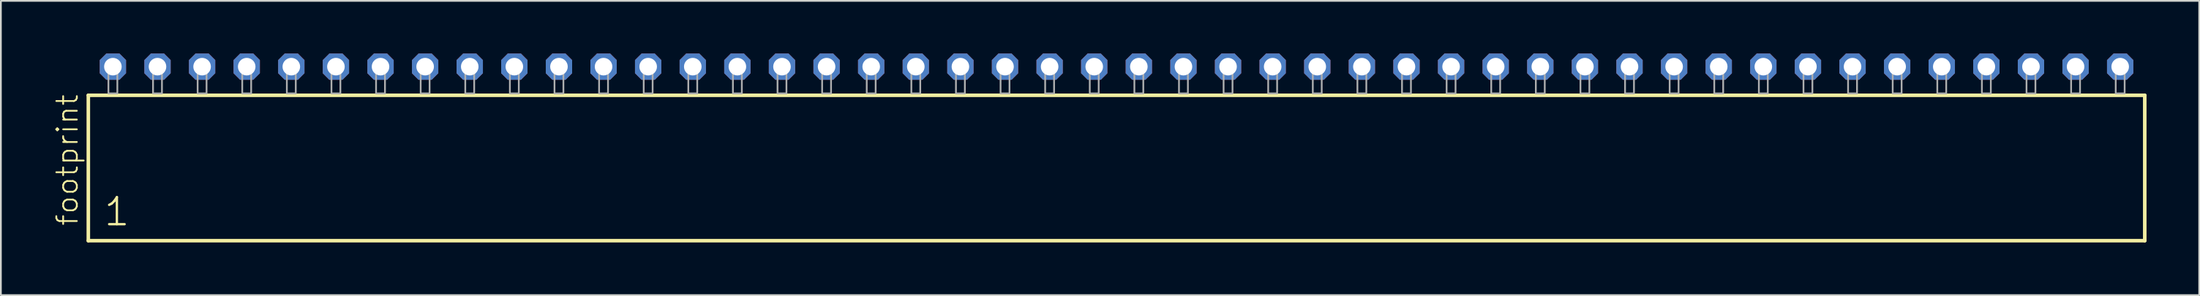
<source format=kicad_pcb>
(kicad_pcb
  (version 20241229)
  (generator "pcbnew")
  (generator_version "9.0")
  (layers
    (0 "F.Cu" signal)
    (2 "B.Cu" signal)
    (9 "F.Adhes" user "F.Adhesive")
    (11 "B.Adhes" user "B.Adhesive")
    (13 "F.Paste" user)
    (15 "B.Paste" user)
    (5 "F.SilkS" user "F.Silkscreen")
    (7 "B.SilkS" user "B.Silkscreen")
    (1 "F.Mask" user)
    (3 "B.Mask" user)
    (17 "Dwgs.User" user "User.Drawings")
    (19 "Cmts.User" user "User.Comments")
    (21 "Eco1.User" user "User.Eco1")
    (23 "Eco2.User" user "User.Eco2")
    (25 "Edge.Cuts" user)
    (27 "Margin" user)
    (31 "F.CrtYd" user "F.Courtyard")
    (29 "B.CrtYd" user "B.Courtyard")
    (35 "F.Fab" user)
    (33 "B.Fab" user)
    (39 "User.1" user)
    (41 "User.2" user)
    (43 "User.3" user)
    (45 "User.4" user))
  (footprint "footprint"
    (layer "F.Cu")
    (at 60.528 2.274)
    (property "Reference" "footprint" (at -59.055 7.62 90) (layer "F.SilkS") (effects (font (size 1.168 1.168) (thickness 0.102)) (justify left bottom)))
    (fp_line (start -58.549 0.106) (end -58.549 8.396) (stroke (width 0.203) (type solid)) (layer "F.SilkS"))
    (fp_line (start -58.549 8.396) (end 58.549 8.396) (stroke (width 0.203) (type solid)) (layer "F.SilkS"))
    (fp_line (start 58.549 0.106) (end -58.549 0.106) (stroke (width 0.203) (type solid)) (layer "F.SilkS"))
    (fp_line (start 58.549 8.396) (end 58.549 0.106) (stroke (width 0.203) (type solid)) (layer "F.SilkS"))
    (fp_poly (pts (xy -57.404 0) (xy -56.896 0) (xy -56.896 -1.778) (xy -57.404 -1.778)) (stroke (width 0.1) (type solid)) (fill no) (layer "F.Fab"))
    (fp_poly (pts (xy -54.864 0) (xy -54.356 0) (xy -54.356 -1.778) (xy -54.864 -1.778)) (stroke (width 0.1) (type solid)) (fill no) (layer "F.Fab"))
    (fp_poly (pts (xy -52.324 0) (xy -51.816 0) (xy -51.816 -1.778) (xy -52.324 -1.778)) (stroke (width 0.1) (type solid)) (fill no) (layer "F.Fab"))
    (fp_poly (pts (xy -49.784 0) (xy -49.276 0) (xy -49.276 -1.778) (xy -49.784 -1.778)) (stroke (width 0.1) (type solid)) (fill no) (layer "F.Fab"))
    (fp_poly (pts (xy -47.244 0) (xy -46.736 0) (xy -46.736 -1.778) (xy -47.244 -1.778)) (stroke (width 0.1) (type solid)) (fill no) (layer "F.Fab"))
    (fp_poly (pts (xy -44.704 0) (xy -44.196 0) (xy -44.196 -1.778) (xy -44.704 -1.778)) (stroke (width 0.1) (type solid)) (fill no) (layer "F.Fab"))
    (fp_poly (pts (xy -42.164 0) (xy -41.656 0) (xy -41.656 -1.778) (xy -42.164 -1.778)) (stroke (width 0.1) (type solid)) (fill no) (layer "F.Fab"))
    (fp_poly (pts (xy -39.624 0) (xy -39.116 0) (xy -39.116 -1.778) (xy -39.624 -1.778)) (stroke (width 0.1) (type solid)) (fill no) (layer "F.Fab"))
    (fp_poly (pts (xy -37.084 0) (xy -36.576 0) (xy -36.576 -1.778) (xy -37.084 -1.778)) (stroke (width 0.1) (type solid)) (fill no) (layer "F.Fab"))
    (fp_poly (pts (xy -34.544 0) (xy -34.036 0) (xy -34.036 -1.778) (xy -34.544 -1.778)) (stroke (width 0.1) (type solid)) (fill no) (layer "F.Fab"))
    (fp_poly (pts (xy -32.004 0) (xy -31.496 0) (xy -31.496 -1.778) (xy -32.004 -1.778)) (stroke (width 0.1) (type solid)) (fill no) (layer "F.Fab"))
    (fp_poly (pts (xy -29.464 0) (xy -28.956 0) (xy -28.956 -1.778) (xy -29.464 -1.778)) (stroke (width 0.1) (type solid)) (fill no) (layer "F.Fab"))
    (fp_poly (pts (xy -26.924 0) (xy -26.416 0) (xy -26.416 -1.778) (xy -26.924 -1.778)) (stroke (width 0.1) (type solid)) (fill no) (layer "F.Fab"))
    (fp_poly (pts (xy -24.384 0) (xy -23.876 0) (xy -23.876 -1.778) (xy -24.384 -1.778)) (stroke (width 0.1) (type solid)) (fill no) (layer "F.Fab"))
    (fp_poly (pts (xy -21.844 0) (xy -21.336 0) (xy -21.336 -1.778) (xy -21.844 -1.778)) (stroke (width 0.1) (type solid)) (fill no) (layer "F.Fab"))
    (fp_poly (pts (xy -19.304 0) (xy -18.796 0) (xy -18.796 -1.778) (xy -19.304 -1.778)) (stroke (width 0.1) (type solid)) (fill no) (layer "F.Fab"))
    (fp_poly (pts (xy -16.764 0) (xy -16.256 0) (xy -16.256 -1.778) (xy -16.764 -1.778)) (stroke (width 0.1) (type solid)) (fill no) (layer "F.Fab"))
    (fp_poly (pts (xy -14.224 0) (xy -13.716 0) (xy -13.716 -1.778) (xy -14.224 -1.778)) (stroke (width 0.1) (type solid)) (fill no) (layer "F.Fab"))
    (fp_poly (pts (xy -11.684 0) (xy -11.176 0) (xy -11.176 -1.778) (xy -11.684 -1.778)) (stroke (width 0.1) (type solid)) (fill no) (layer "F.Fab"))
    (fp_poly (pts (xy -9.144 0) (xy -8.636 0) (xy -8.636 -1.778) (xy -9.144 -1.778)) (stroke (width 0.1) (type solid)) (fill no) (layer "F.Fab"))
    (fp_poly (pts (xy -6.604 0) (xy -6.096 0) (xy -6.096 -1.778) (xy -6.604 -1.778)) (stroke (width 0.1) (type solid)) (fill no) (layer "F.Fab"))
    (fp_poly (pts (xy -4.064 0) (xy -3.556 0) (xy -3.556 -1.778) (xy -4.064 -1.778)) (stroke (width 0.1) (type solid)) (fill no) (layer "F.Fab"))
    (fp_poly (pts (xy -1.524 0) (xy -1.016 0) (xy -1.016 -1.778) (xy -1.524 -1.778)) (stroke (width 0.1) (type solid)) (fill no) (layer "F.Fab"))
    (fp_poly (pts (xy 1.016 0) (xy 1.524 0) (xy 1.524 -1.778) (xy 1.016 -1.778)) (stroke (width 0.1) (type solid)) (fill no) (layer "F.Fab"))
    (fp_poly (pts (xy 3.556 0) (xy 4.064 0) (xy 4.064 -1.778) (xy 3.556 -1.778)) (stroke (width 0.1) (type solid)) (fill no) (layer "F.Fab"))
    (fp_poly (pts (xy 6.096 0) (xy 6.604 0) (xy 6.604 -1.778) (xy 6.096 -1.778)) (stroke (width 0.1) (type solid)) (fill no) (layer "F.Fab"))
    (fp_poly (pts (xy 8.636 0) (xy 9.144 0) (xy 9.144 -1.778) (xy 8.636 -1.778)) (stroke (width 0.1) (type solid)) (fill no) (layer "F.Fab"))
    (fp_poly (pts (xy 11.176 0) (xy 11.684 0) (xy 11.684 -1.778) (xy 11.176 -1.778)) (stroke (width 0.1) (type solid)) (fill no) (layer "F.Fab"))
    (fp_poly (pts (xy 13.716 0) (xy 14.224 0) (xy 14.224 -1.778) (xy 13.716 -1.778)) (stroke (width 0.1) (type solid)) (fill no) (layer "F.Fab"))
    (fp_poly (pts (xy 16.256 0) (xy 16.764 0) (xy 16.764 -1.778) (xy 16.256 -1.778)) (stroke (width 0.1) (type solid)) (fill no) (layer "F.Fab"))
    (fp_poly (pts (xy 18.796 0) (xy 19.304 0) (xy 19.304 -1.778) (xy 18.796 -1.778)) (stroke (width 0.1) (type solid)) (fill no) (layer "F.Fab"))
    (fp_poly (pts (xy 21.336 0) (xy 21.844 0) (xy 21.844 -1.778) (xy 21.336 -1.778)) (stroke (width 0.1) (type solid)) (fill no) (layer "F.Fab"))
    (fp_poly (pts (xy 23.876 0) (xy 24.384 0) (xy 24.384 -1.778) (xy 23.876 -1.778)) (stroke (width 0.1) (type solid)) (fill no) (layer "F.Fab"))
    (fp_poly (pts (xy 26.416 0) (xy 26.924 0) (xy 26.924 -1.778) (xy 26.416 -1.778)) (stroke (width 0.1) (type solid)) (fill no) (layer "F.Fab"))
    (fp_poly (pts (xy 28.956 0) (xy 29.464 0) (xy 29.464 -1.778) (xy 28.956 -1.778)) (stroke (width 0.1) (type solid)) (fill no) (layer "F.Fab"))
    (fp_poly (pts (xy 31.496 0) (xy 32.004 0) (xy 32.004 -1.778) (xy 31.496 -1.778)) (stroke (width 0.1) (type solid)) (fill no) (layer "F.Fab"))
    (fp_poly (pts (xy 34.036 0) (xy 34.544 0) (xy 34.544 -1.778) (xy 34.036 -1.778)) (stroke (width 0.1) (type solid)) (fill no) (layer "F.Fab"))
    (fp_poly (pts (xy 36.576 0) (xy 37.084 0) (xy 37.084 -1.778) (xy 36.576 -1.778)) (stroke (width 0.1) (type solid)) (fill no) (layer "F.Fab"))
    (fp_poly (pts (xy 39.116 0) (xy 39.624 0) (xy 39.624 -1.778) (xy 39.116 -1.778)) (stroke (width 0.1) (type solid)) (fill no) (layer "F.Fab"))
    (fp_poly (pts (xy 41.656 0) (xy 42.164 0) (xy 42.164 -1.778) (xy 41.656 -1.778)) (stroke (width 0.1) (type solid)) (fill no) (layer "F.Fab"))
    (fp_poly (pts (xy 44.196 0) (xy 44.704 0) (xy 44.704 -1.778) (xy 44.196 -1.778)) (stroke (width 0.1) (type solid)) (fill no) (layer "F.Fab"))
    (fp_poly (pts (xy 46.736 0) (xy 47.244 0) (xy 47.244 -1.778) (xy 46.736 -1.778)) (stroke (width 0.1) (type solid)) (fill no) (layer "F.Fab"))
    (fp_poly (pts (xy 49.276 0) (xy 49.784 0) (xy 49.784 -1.778) (xy 49.276 -1.778)) (stroke (width 0.1) (type solid)) (fill no) (layer "F.Fab"))
    (fp_poly (pts (xy 51.816 0) (xy 52.324 0) (xy 52.324 -1.778) (xy 51.816 -1.778)) (stroke (width 0.1) (type solid)) (fill no) (layer "F.Fab"))
    (fp_poly (pts (xy 54.356 0) (xy 54.864 0) (xy 54.864 -1.778) (xy 54.356 -1.778)) (stroke (width 0.1) (type solid)) (fill no) (layer "F.Fab"))
    (fp_poly (pts (xy 56.896 0) (xy 57.404 0) (xy 57.404 -1.778) (xy 56.896 -1.778)) (stroke (width 0.1) (type solid)) (fill no) (layer "F.Fab"))
    (fp_text user "1" (at -57.745 7.65 0) (layer "F.SilkS") (effects (font (size 1.542 1.542) (thickness 0.134)) (justify left bottom)))
    (pad "1" thru_hole roundrect (at -57.15 -1.524) (size 1.5 1.5) (drill 1) (layers "*.Cu" "*.Mask") (roundrect_rratio 0.25) (chamfer_ratio 0.25) (chamfer top_left top_right bottom_left bottom_right))
    (pad "2" thru_hole roundrect (at -54.61 -1.524) (size 1.5 1.5) (drill 1) (layers "*.Cu" "*.Mask") (roundrect_rratio 0.25) (chamfer_ratio 0.25) (chamfer top_left top_right bottom_left bottom_right))
    (pad "3" thru_hole roundrect (at -52.07 -1.524) (size 1.5 1.5) (drill 1) (layers "*.Cu" "*.Mask") (roundrect_rratio 0.25) (chamfer_ratio 0.25) (chamfer top_left top_right bottom_left bottom_right))
    (pad "4" thru_hole roundrect (at -49.53 -1.524) (size 1.5 1.5) (drill 1) (layers "*.Cu" "*.Mask") (roundrect_rratio 0.25) (chamfer_ratio 0.25) (chamfer top_left top_right bottom_left bottom_right))
    (pad "5" thru_hole roundrect (at -46.99 -1.524) (size 1.5 1.5) (drill 1) (layers "*.Cu" "*.Mask") (roundrect_rratio 0.25) (chamfer_ratio 0.25) (chamfer top_left top_right bottom_left bottom_right))
    (pad "6" thru_hole roundrect (at -44.45 -1.524) (size 1.5 1.5) (drill 1) (layers "*.Cu" "*.Mask") (roundrect_rratio 0.25) (chamfer_ratio 0.25) (chamfer top_left top_right bottom_left bottom_right))
    (pad "7" thru_hole roundrect (at -41.91 -1.524) (size 1.5 1.5) (drill 1) (layers "*.Cu" "*.Mask") (roundrect_rratio 0.25) (chamfer_ratio 0.25) (chamfer top_left top_right bottom_left bottom_right))
    (pad "8" thru_hole roundrect (at -39.37 -1.524) (size 1.5 1.5) (drill 1) (layers "*.Cu" "*.Mask") (roundrect_rratio 0.25) (chamfer_ratio 0.25) (chamfer top_left top_right bottom_left bottom_right))
    (pad "9" thru_hole roundrect (at -36.83 -1.524) (size 1.5 1.5) (drill 1) (layers "*.Cu" "*.Mask") (roundrect_rratio 0.25) (chamfer_ratio 0.25) (chamfer top_left top_right bottom_left bottom_right))
    (pad "10" thru_hole roundrect (at -34.29 -1.524) (size 1.5 1.5) (drill 1) (layers "*.Cu" "*.Mask") (roundrect_rratio 0.25) (chamfer_ratio 0.25) (chamfer top_left top_right bottom_left bottom_right))
    (pad "11" thru_hole roundrect (at -31.75 -1.524) (size 1.5 1.5) (drill 1) (layers "*.Cu" "*.Mask") (roundrect_rratio 0.25) (chamfer_ratio 0.25) (chamfer top_left top_right bottom_left bottom_right))
    (pad "12" thru_hole roundrect (at -29.21 -1.524) (size 1.5 1.5) (drill 1) (layers "*.Cu" "*.Mask") (roundrect_rratio 0.25) (chamfer_ratio 0.25) (chamfer top_left top_right bottom_left bottom_right))
    (pad "13" thru_hole roundrect (at -26.67 -1.524) (size 1.5 1.5) (drill 1) (layers "*.Cu" "*.Mask") (roundrect_rratio 0.25) (chamfer_ratio 0.25) (chamfer top_left top_right bottom_left bottom_right))
    (pad "14" thru_hole roundrect (at -24.13 -1.524) (size 1.5 1.5) (drill 1) (layers "*.Cu" "*.Mask") (roundrect_rratio 0.25) (chamfer_ratio 0.25) (chamfer top_left top_right bottom_left bottom_right))
    (pad "15" thru_hole roundrect (at -21.59 -1.524) (size 1.5 1.5) (drill 1) (layers "*.Cu" "*.Mask") (roundrect_rratio 0.25) (chamfer_ratio 0.25) (chamfer top_left top_right bottom_left bottom_right))
    (pad "16" thru_hole roundrect (at -19.05 -1.524) (size 1.5 1.5) (drill 1) (layers "*.Cu" "*.Mask") (roundrect_rratio 0.25) (chamfer_ratio 0.25) (chamfer top_left top_right bottom_left bottom_right))
    (pad "17" thru_hole roundrect (at -16.51 -1.524) (size 1.5 1.5) (drill 1) (layers "*.Cu" "*.Mask") (roundrect_rratio 0.25) (chamfer_ratio 0.25) (chamfer top_left top_right bottom_left bottom_right))
    (pad "18" thru_hole roundrect (at -13.97 -1.524) (size 1.5 1.5) (drill 1) (layers "*.Cu" "*.Mask") (roundrect_rratio 0.25) (chamfer_ratio 0.25) (chamfer top_left top_right bottom_left bottom_right))
    (pad "19" thru_hole roundrect (at -11.43 -1.524) (size 1.5 1.5) (drill 1) (layers "*.Cu" "*.Mask") (roundrect_rratio 0.25) (chamfer_ratio 0.25) (chamfer top_left top_right bottom_left bottom_right))
    (pad "20" thru_hole roundrect (at -8.89 -1.524) (size 1.5 1.5) (drill 1) (layers "*.Cu" "*.Mask") (roundrect_rratio 0.25) (chamfer_ratio 0.25) (chamfer top_left top_right bottom_left bottom_right))
    (pad "21" thru_hole roundrect (at -6.35 -1.524) (size 1.5 1.5) (drill 1) (layers "*.Cu" "*.Mask") (roundrect_rratio 0.25) (chamfer_ratio 0.25) (chamfer top_left top_right bottom_left bottom_right))
    (pad "22" thru_hole roundrect (at -3.81 -1.524) (size 1.5 1.5) (drill 1) (layers "*.Cu" "*.Mask") (roundrect_rratio 0.25) (chamfer_ratio 0.25) (chamfer top_left top_right bottom_left bottom_right))
    (pad "23" thru_hole roundrect (at -1.27 -1.524) (size 1.5 1.5) (drill 1) (layers "*.Cu" "*.Mask") (roundrect_rratio 0.25) (chamfer_ratio 0.25) (chamfer top_left top_right bottom_left bottom_right))
    (pad "24" thru_hole roundrect (at 1.27 -1.524) (size 1.5 1.5) (drill 1) (layers "*.Cu" "*.Mask") (roundrect_rratio 0.25) (chamfer_ratio 0.25) (chamfer top_left top_right bottom_left bottom_right))
    (pad "25" thru_hole roundrect (at 3.81 -1.524) (size 1.5 1.5) (drill 1) (layers "*.Cu" "*.Mask") (roundrect_rratio 0.25) (chamfer_ratio 0.25) (chamfer top_left top_right bottom_left bottom_right))
    (pad "26" thru_hole roundrect (at 6.35 -1.524) (size 1.5 1.5) (drill 1) (layers "*.Cu" "*.Mask") (roundrect_rratio 0.25) (chamfer_ratio 0.25) (chamfer top_left top_right bottom_left bottom_right))
    (pad "27" thru_hole roundrect (at 8.89 -1.524) (size 1.5 1.5) (drill 1) (layers "*.Cu" "*.Mask") (roundrect_rratio 0.25) (chamfer_ratio 0.25) (chamfer top_left top_right bottom_left bottom_right))
    (pad "28" thru_hole roundrect (at 11.43 -1.524) (size 1.5 1.5) (drill 1) (layers "*.Cu" "*.Mask") (roundrect_rratio 0.25) (chamfer_ratio 0.25) (chamfer top_left top_right bottom_left bottom_right))
    (pad "29" thru_hole roundrect (at 13.97 -1.524) (size 1.5 1.5) (drill 1) (layers "*.Cu" "*.Mask") (roundrect_rratio 0.25) (chamfer_ratio 0.25) (chamfer top_left top_right bottom_left bottom_right))
    (pad "30" thru_hole roundrect (at 16.51 -1.524) (size 1.5 1.5) (drill 1) (layers "*.Cu" "*.Mask") (roundrect_rratio 0.25) (chamfer_ratio 0.25) (chamfer top_left top_right bottom_left bottom_right))
    (pad "31" thru_hole roundrect (at 19.05 -1.524) (size 1.5 1.5) (drill 1) (layers "*.Cu" "*.Mask") (roundrect_rratio 0.25) (chamfer_ratio 0.25) (chamfer top_left top_right bottom_left bottom_right))
    (pad "32" thru_hole roundrect (at 21.59 -1.524) (size 1.5 1.5) (drill 1) (layers "*.Cu" "*.Mask") (roundrect_rratio 0.25) (chamfer_ratio 0.25) (chamfer top_left top_right bottom_left bottom_right))
    (pad "33" thru_hole roundrect (at 24.13 -1.524) (size 1.5 1.5) (drill 1) (layers "*.Cu" "*.Mask") (roundrect_rratio 0.25) (chamfer_ratio 0.25) (chamfer top_left top_right bottom_left bottom_right))
    (pad "34" thru_hole roundrect (at 26.67 -1.524) (size 1.5 1.5) (drill 1) (layers "*.Cu" "*.Mask") (roundrect_rratio 0.25) (chamfer_ratio 0.25) (chamfer top_left top_right bottom_left bottom_right))
    (pad "35" thru_hole roundrect (at 29.21 -1.524) (size 1.5 1.5) (drill 1) (layers "*.Cu" "*.Mask") (roundrect_rratio 0.25) (chamfer_ratio 0.25) (chamfer top_left top_right bottom_left bottom_right))
    (pad "36" thru_hole roundrect (at 31.75 -1.524) (size 1.5 1.5) (drill 1) (layers "*.Cu" "*.Mask") (roundrect_rratio 0.25) (chamfer_ratio 0.25) (chamfer top_left top_right bottom_left bottom_right))
    (pad "37" thru_hole roundrect (at 34.29 -1.524) (size 1.5 1.5) (drill 1) (layers "*.Cu" "*.Mask") (roundrect_rratio 0.25) (chamfer_ratio 0.25) (chamfer top_left top_right bottom_left bottom_right))
    (pad "38" thru_hole roundrect (at 36.83 -1.524) (size 1.5 1.5) (drill 1) (layers "*.Cu" "*.Mask") (roundrect_rratio 0.25) (chamfer_ratio 0.25) (chamfer top_left top_right bottom_left bottom_right))
    (pad "39" thru_hole roundrect (at 39.37 -1.524) (size 1.5 1.5) (drill 1) (layers "*.Cu" "*.Mask") (roundrect_rratio 0.25) (chamfer_ratio 0.25) (chamfer top_left top_right bottom_left bottom_right))
    (pad "40" thru_hole roundrect (at 41.91 -1.524) (size 1.5 1.5) (drill 1) (layers "*.Cu" "*.Mask") (roundrect_rratio 0.25) (chamfer_ratio 0.25) (chamfer top_left top_right bottom_left bottom_right))
    (pad "41" thru_hole roundrect (at 44.45 -1.524) (size 1.5 1.5) (drill 1) (layers "*.Cu" "*.Mask") (roundrect_rratio 0.25) (chamfer_ratio 0.25) (chamfer top_left top_right bottom_left bottom_right))
    (pad "42" thru_hole roundrect (at 46.99 -1.524) (size 1.5 1.5) (drill 1) (layers "*.Cu" "*.Mask") (roundrect_rratio 0.25) (chamfer_ratio 0.25) (chamfer top_left top_right bottom_left bottom_right))
    (pad "43" thru_hole roundrect (at 49.53 -1.524) (size 1.5 1.5) (drill 1) (layers "*.Cu" "*.Mask") (roundrect_rratio 0.25) (chamfer_ratio 0.25) (chamfer top_left top_right bottom_left bottom_right))
    (pad "44" thru_hole roundrect (at 52.07 -1.524) (size 1.5 1.5) (drill 1) (layers "*.Cu" "*.Mask") (roundrect_rratio 0.25) (chamfer_ratio 0.25) (chamfer top_left top_right bottom_left bottom_right))
    (pad "45" thru_hole roundrect (at 54.61 -1.524) (size 1.5 1.5) (drill 1) (layers "*.Cu" "*.Mask") (roundrect_rratio 0.25) (chamfer_ratio 0.25) (chamfer top_left top_right bottom_left bottom_right))
    (pad "46" thru_hole roundrect (at 57.15 -1.524) (size 1.5 1.5) (drill 1) (layers "*.Cu" "*.Mask") (roundrect_rratio 0.25) (chamfer_ratio 0.25) (chamfer top_left top_right bottom_left bottom_right)))
  (gr_rect
    (start -3 -3)
    (end 122.179 13.772)
    (stroke (width 0.1) (type default))
    (fill no)
    (layer "Edge.Cuts")))
</source>
